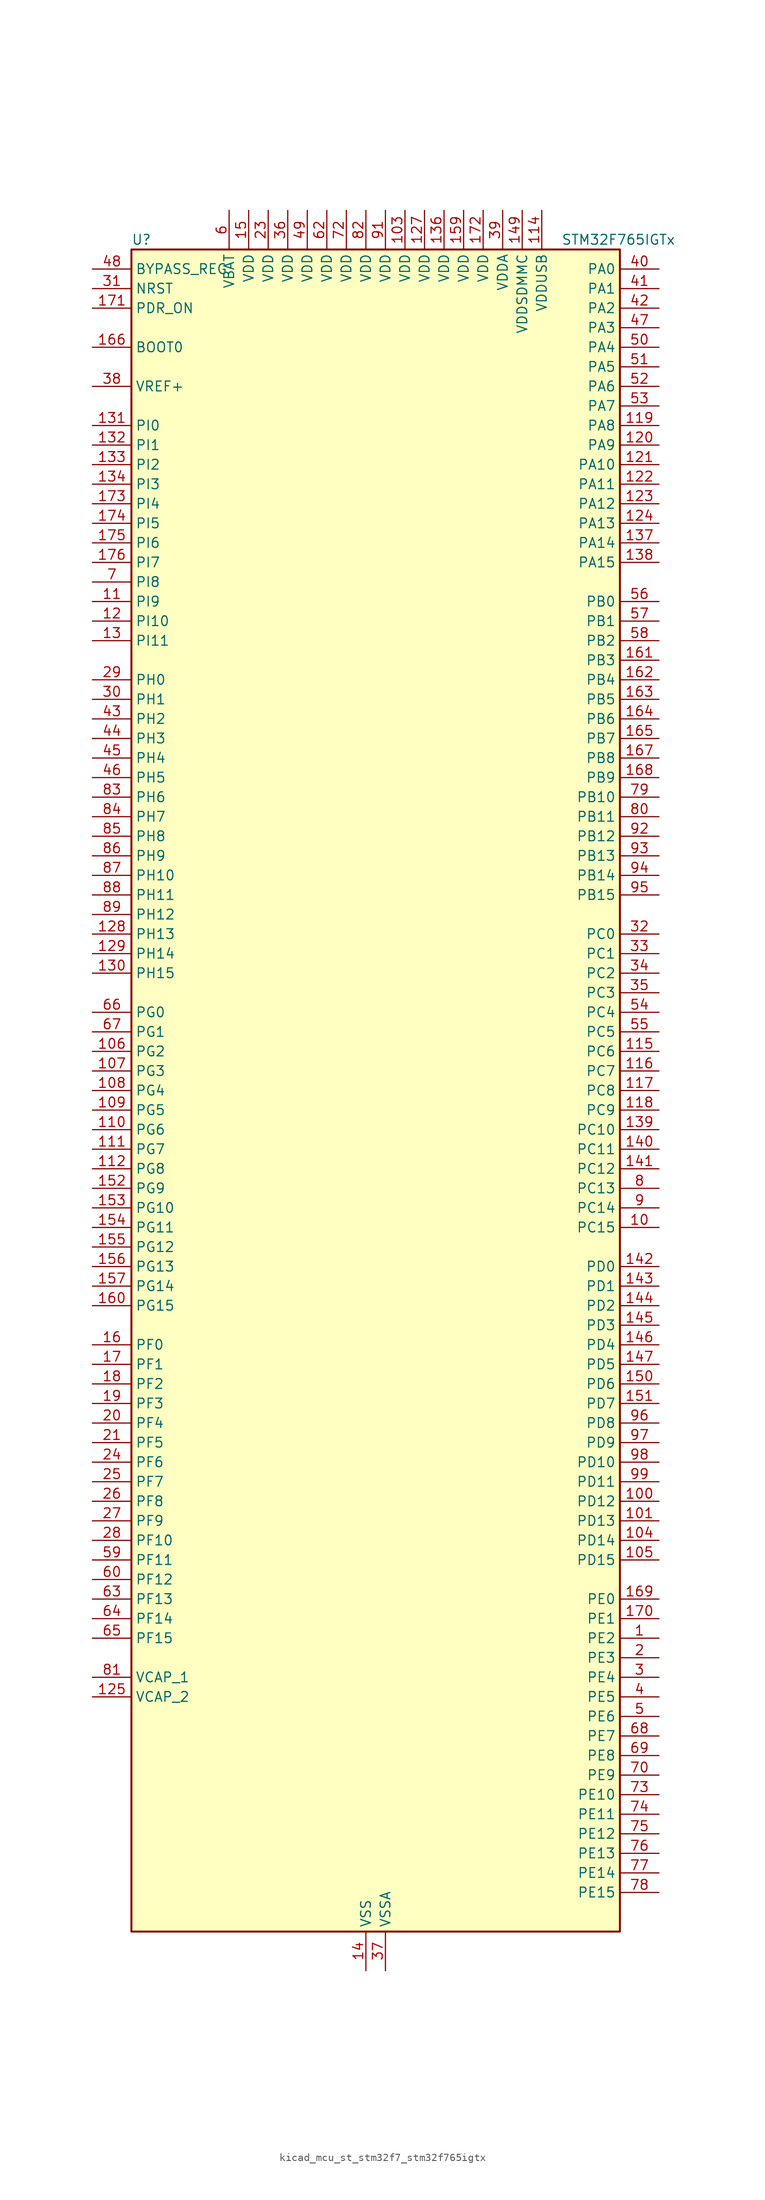
<source format=kicad_sym>
(kicad_symbol_lib
  (version 20220914)
  (generator kicad_symbol_editor)
  (symbol "kicad_mcu_st_stm32f7_stm32f765igtx"
    (property "Reference" "U"
      (at -30.48 110.49 0)
      (effects (font (size 1.27 1.27)) (justify left)))
    (property "Value" "STM32F765IGTx"
      (at 25.4 110.49 0)
      (effects (font (size 1.27 1.27)) (justify left)))
    (property "ki_locked" ""
      (at 0 0 0)
      (effects (font (size 1.27 1.27))))
    (symbol "kicad_mcu_st_stm32f7_stm32f765igtx_0_1"
      (rectangle (start -30.48 -109.22) (end 33.02 109.22) (stroke (width 0.254) (type default)) (fill (type background))))
    (symbol "kicad_mcu_st_stm32f7_stm32f765igtx_1_1"
      (pin bidirectional line (at 38.1 -71.12 180) (length 5.08) (name "PE2" (effects (font (size 1.27 1.27)))) (number "1" (effects (font (size 1.27 1.27)))) (alternate "ETH_TXD3" bidirectional line) (alternate "FMC_A23" bidirectional line) (alternate "QUADSPI_BK1_IO2" bidirectional line) (alternate "SAI1_MCLK_A" bidirectional line) (alternate "SPI4_SCK" bidirectional line) (alternate "SYS_TRACECLK" bidirectional line))
      (pin bidirectional line (at 38.1 -17.78 180) (length 5.08) (name "PC15" (effects (font (size 1.27 1.27)))) (number "10" (effects (font (size 1.27 1.27)))) (alternate "RCC_OSC32_OUT" bidirectional line))
      (pin bidirectional line (at 38.1 -53.34 180) (length 5.08) (name "PD12" (effects (font (size 1.27 1.27)))) (number "100" (effects (font (size 1.27 1.27)))) (alternate "FMC_A17" bidirectional line) (alternate "FMC_ALE" bidirectional line) (alternate "I2C4_SCL" bidirectional line) (alternate "LPTIM1_IN1" bidirectional line) (alternate "QUADSPI_BK1_IO1" bidirectional line) (alternate "SAI2_FS_A" bidirectional line) (alternate "TIM4_CH1" bidirectional line) (alternate "USART3_DE" bidirectional line) (alternate "USART3_RTS" bidirectional line))
      (pin bidirectional line (at 38.1 -55.88 180) (length 5.08) (name "PD13" (effects (font (size 1.27 1.27)))) (number "101" (effects (font (size 1.27 1.27)))) (alternate "FMC_A18" bidirectional line) (alternate "I2C4_SDA" bidirectional line) (alternate "LPTIM1_OUT" bidirectional line) (alternate "QUADSPI_BK1_IO3" bidirectional line) (alternate "SAI2_SCK_A" bidirectional line) (alternate "TIM4_CH2" bidirectional line))
      (pin passive line (at 0 -114.3 90) (length 5.08) hide (name "VSS" (effects (font (size 1.27 1.27)))) (number "102" (effects (font (size 1.27 1.27)))))
      (pin power_in line (at 5.08 114.3 270) (length 5.08) (name "VDD" (effects (font (size 1.27 1.27)))) (number "103" (effects (font (size 1.27 1.27)))))
      (pin bidirectional line (at 38.1 -58.42 180) (length 5.08) (name "PD14" (effects (font (size 1.27 1.27)))) (number "104" (effects (font (size 1.27 1.27)))) (alternate "FMC_D0" bidirectional line) (alternate "FMC_DA0" bidirectional line) (alternate "TIM4_CH3" bidirectional line) (alternate "UART8_CTS" bidirectional line))
      (pin bidirectional line (at 38.1 -60.96 180) (length 5.08) (name "PD15" (effects (font (size 1.27 1.27)))) (number "105" (effects (font (size 1.27 1.27)))) (alternate "FMC_D1" bidirectional line) (alternate "FMC_DA1" bidirectional line) (alternate "TIM4_CH4" bidirectional line) (alternate "UART8_DE" bidirectional line) (alternate "UART8_RTS" bidirectional line))
      (pin bidirectional line (at -35.56 5.08 0) (length 5.08) (name "PG2" (effects (font (size 1.27 1.27)))) (number "106" (effects (font (size 1.27 1.27)))) (alternate "FMC_A12" bidirectional line))
      (pin bidirectional line (at -35.56 2.54 0) (length 5.08) (name "PG3" (effects (font (size 1.27 1.27)))) (number "107" (effects (font (size 1.27 1.27)))) (alternate "FMC_A13" bidirectional line))
      (pin bidirectional line (at -35.56 0 0) (length 5.08) (name "PG4" (effects (font (size 1.27 1.27)))) (number "108" (effects (font (size 1.27 1.27)))) (alternate "FMC_A14" bidirectional line) (alternate "FMC_BA0" bidirectional line))
      (pin bidirectional line (at -35.56 -2.54 0) (length 5.08) (name "PG5" (effects (font (size 1.27 1.27)))) (number "109" (effects (font (size 1.27 1.27)))) (alternate "FMC_A15" bidirectional line) (alternate "FMC_BA1" bidirectional line))
      (pin bidirectional line (at -35.56 63.5 0) (length 5.08) (name "PI9" (effects (font (size 1.27 1.27)))) (number "11" (effects (font (size 1.27 1.27)))) (alternate "CAN1_RX" bidirectional line) (alternate "DAC_EXTI9" bidirectional line) (alternate "FMC_D30" bidirectional line) (alternate "UART4_RX" bidirectional line))
      (pin bidirectional line (at -35.56 -5.08 0) (length 5.08) (name "PG6" (effects (font (size 1.27 1.27)))) (number "110" (effects (font (size 1.27 1.27)))) (alternate "DCMI_D12" bidirectional line) (alternate "FMC_NE3" bidirectional line))
      (pin bidirectional line (at -35.56 -7.62 0) (length 5.08) (name "PG7" (effects (font (size 1.27 1.27)))) (number "111" (effects (font (size 1.27 1.27)))) (alternate "DCMI_D13" bidirectional line) (alternate "FMC_INT" bidirectional line) (alternate "SAI1_MCLK_A" bidirectional line) (alternate "USART6_CK" bidirectional line))
      (pin bidirectional line (at -35.56 -10.16 0) (length 5.08) (name "PG8" (effects (font (size 1.27 1.27)))) (number "112" (effects (font (size 1.27 1.27)))) (alternate "ETH_PPS_OUT" bidirectional line) (alternate "FMC_SDCLK" bidirectional line) (alternate "SPDIFRX_IN2" bidirectional line) (alternate "SPI6_NSS" bidirectional line) (alternate "USART6_DE" bidirectional line) (alternate "USART6_RTS" bidirectional line))
      (pin passive line (at 0 -114.3 90) (length 5.08) hide (name "VSS" (effects (font (size 1.27 1.27)))) (number "113" (effects (font (size 1.27 1.27)))))
      (pin power_in line (at 22.86 114.3 270) (length 5.08) (name "VDDUSB" (effects (font (size 1.27 1.27)))) (number "114" (effects (font (size 1.27 1.27)))))
      (pin bidirectional line (at 38.1 5.08 180) (length 5.08) (name "PC6" (effects (font (size 1.27 1.27)))) (number "115" (effects (font (size 1.27 1.27)))) (alternate "DCMI_D0" bidirectional line) (alternate "DFSDM1_CKIN3" bidirectional line) (alternate "FMC_NWAIT" bidirectional line) (alternate "I2S2_MCK" bidirectional line) (alternate "SDMMC1_D6" bidirectional line) (alternate "SDMMC2_D6" bidirectional line) (alternate "TIM3_CH1" bidirectional line) (alternate "TIM8_CH1" bidirectional line) (alternate "USART6_TX" bidirectional line))
      (pin bidirectional line (at 38.1 2.54 180) (length 5.08) (name "PC7" (effects (font (size 1.27 1.27)))) (number "116" (effects (font (size 1.27 1.27)))) (alternate "DCMI_D1" bidirectional line) (alternate "DFSDM1_DATIN3" bidirectional line) (alternate "FMC_NE1" bidirectional line) (alternate "I2S3_MCK" bidirectional line) (alternate "SDMMC1_D7" bidirectional line) (alternate "SDMMC2_D7" bidirectional line) (alternate "TIM3_CH2" bidirectional line) (alternate "TIM8_CH2" bidirectional line) (alternate "USART6_RX" bidirectional line))
      (pin bidirectional line (at 38.1 0 180) (length 5.08) (name "PC8" (effects (font (size 1.27 1.27)))) (number "117" (effects (font (size 1.27 1.27)))) (alternate "DCMI_D2" bidirectional line) (alternate "FMC_NCE" bidirectional line) (alternate "FMC_NE2" bidirectional line) (alternate "SDMMC1_D0" bidirectional line) (alternate "SYS_TRACED1" bidirectional line) (alternate "TIM3_CH3" bidirectional line) (alternate "TIM8_CH3" bidirectional line) (alternate "UART5_DE" bidirectional line) (alternate "UART5_RTS" bidirectional line) (alternate "USART6_CK" bidirectional line))
      (pin bidirectional line (at 38.1 -2.54 180) (length 5.08) (name "PC9" (effects (font (size 1.27 1.27)))) (number "118" (effects (font (size 1.27 1.27)))) (alternate "DAC_EXTI9" bidirectional line) (alternate "DCMI_D3" bidirectional line) (alternate "I2C3_SDA" bidirectional line) (alternate "I2S_CKIN" bidirectional line) (alternate "QUADSPI_BK1_IO0" bidirectional line) (alternate "RCC_MCO_2" bidirectional line) (alternate "SDMMC1_D1" bidirectional line) (alternate "TIM3_CH4" bidirectional line) (alternate "TIM8_CH4" bidirectional line) (alternate "UART5_CTS" bidirectional line))
      (pin bidirectional line (at 38.1 86.36 180) (length 5.08) (name "PA8" (effects (font (size 1.27 1.27)))) (number "119" (effects (font (size 1.27 1.27)))) (alternate "CAN3_RX" bidirectional line) (alternate "I2C3_SCL" bidirectional line) (alternate "RCC_MCO_1" bidirectional line) (alternate "TIM1_CH1" bidirectional line) (alternate "TIM8_BKIN2" bidirectional line) (alternate "UART7_RX" bidirectional line) (alternate "USART1_CK" bidirectional line) (alternate "USB_OTG_FS_SOF" bidirectional line))
      (pin bidirectional line (at -35.56 60.96 0) (length 5.08) (name "PI10" (effects (font (size 1.27 1.27)))) (number "12" (effects (font (size 1.27 1.27)))) (alternate "ETH_RX_ER" bidirectional line) (alternate "FMC_D31" bidirectional line))
      (pin bidirectional line (at 38.1 83.82 180) (length 5.08) (name "PA9" (effects (font (size 1.27 1.27)))) (number "120" (effects (font (size 1.27 1.27)))) (alternate "DAC_EXTI9" bidirectional line) (alternate "DCMI_D0" bidirectional line) (alternate "I2C3_SMBA" bidirectional line) (alternate "I2S2_CK" bidirectional line) (alternate "SPI2_SCK" bidirectional line) (alternate "TIM1_CH2" bidirectional line) (alternate "USART1_TX" bidirectional line) (alternate "USB_OTG_FS_VBUS" bidirectional line))
      (pin bidirectional line (at 38.1 81.28 180) (length 5.08) (name "PA10" (effects (font (size 1.27 1.27)))) (number "121" (effects (font (size 1.27 1.27)))) (alternate "DCMI_D1" bidirectional line) (alternate "MDIOS_MDIO" bidirectional line) (alternate "TIM1_CH3" bidirectional line) (alternate "USART1_RX" bidirectional line) (alternate "USB_OTG_FS_ID" bidirectional line))
      (pin bidirectional line (at 38.1 78.74 180) (length 5.08) (name "PA11" (effects (font (size 1.27 1.27)))) (number "122" (effects (font (size 1.27 1.27)))) (alternate "ADC1_EXTI11" bidirectional line) (alternate "ADC2_EXTI11" bidirectional line) (alternate "ADC3_EXTI11" bidirectional line) (alternate "CAN1_RX" bidirectional line) (alternate "I2S2_WS" bidirectional line) (alternate "SPI2_NSS" bidirectional line) (alternate "TIM1_CH4" bidirectional line) (alternate "UART4_RX" bidirectional line) (alternate "USART1_CTS" bidirectional line) (alternate "USB_OTG_FS_DM" bidirectional line))
      (pin bidirectional line (at 38.1 76.2 180) (length 5.08) (name "PA12" (effects (font (size 1.27 1.27)))) (number "123" (effects (font (size 1.27 1.27)))) (alternate "CAN1_TX" bidirectional line) (alternate "I2S2_CK" bidirectional line) (alternate "SAI2_FS_B" bidirectional line) (alternate "SPI2_SCK" bidirectional line) (alternate "TIM1_ETR" bidirectional line) (alternate "UART4_TX" bidirectional line) (alternate "USART1_DE" bidirectional line) (alternate "USART1_RTS" bidirectional line) (alternate "USB_OTG_FS_DP" bidirectional line))
      (pin bidirectional line (at 38.1 73.66 180) (length 5.08) (name "PA13" (effects (font (size 1.27 1.27)))) (number "124" (effects (font (size 1.27 1.27)))) (alternate "SYS_JTMS-SWDIO" bidirectional line))
      (pin power_out line (at -35.56 -78.74 0) (length 5.08) (name "VCAP_2" (effects (font (size 1.27 1.27)))) (number "125" (effects (font (size 1.27 1.27)))))
      (pin passive line (at 0 -114.3 90) (length 5.08) hide (name "VSS" (effects (font (size 1.27 1.27)))) (number "126" (effects (font (size 1.27 1.27)))))
      (pin power_in line (at 7.62 114.3 270) (length 5.08) (name "VDD" (effects (font (size 1.27 1.27)))) (number "127" (effects (font (size 1.27 1.27)))))
      (pin bidirectional line (at -35.56 20.32 0) (length 5.08) (name "PH13" (effects (font (size 1.27 1.27)))) (number "128" (effects (font (size 1.27 1.27)))) (alternate "CAN1_TX" bidirectional line) (alternate "FMC_D21" bidirectional line) (alternate "TIM8_CH1N" bidirectional line) (alternate "UART4_TX" bidirectional line))
      (pin bidirectional line (at -35.56 17.78 0) (length 5.08) (name "PH14" (effects (font (size 1.27 1.27)))) (number "129" (effects (font (size 1.27 1.27)))) (alternate "CAN1_RX" bidirectional line) (alternate "DCMI_D4" bidirectional line) (alternate "FMC_D22" bidirectional line) (alternate "TIM8_CH2N" bidirectional line) (alternate "UART4_RX" bidirectional line))
      (pin bidirectional line (at -35.56 58.42 0) (length 5.08) (name "PI11" (effects (font (size 1.27 1.27)))) (number "13" (effects (font (size 1.27 1.27)))) (alternate "ADC1_EXTI11" bidirectional line) (alternate "ADC2_EXTI11" bidirectional line) (alternate "ADC3_EXTI11" bidirectional line) (alternate "SYS_WKUP6" bidirectional line) (alternate "USB_OTG_HS_ULPI_DIR" bidirectional line))
      (pin bidirectional line (at -35.56 15.24 0) (length 5.08) (name "PH15" (effects (font (size 1.27 1.27)))) (number "130" (effects (font (size 1.27 1.27)))) (alternate "DCMI_D11" bidirectional line) (alternate "FMC_D23" bidirectional line) (alternate "TIM8_CH3N" bidirectional line))
      (pin bidirectional line (at -35.56 86.36 0) (length 5.08) (name "PI0" (effects (font (size 1.27 1.27)))) (number "131" (effects (font (size 1.27 1.27)))) (alternate "DCMI_D13" bidirectional line) (alternate "FMC_D24" bidirectional line) (alternate "I2S2_WS" bidirectional line) (alternate "SPI2_NSS" bidirectional line) (alternate "TIM5_CH4" bidirectional line))
      (pin bidirectional line (at -35.56 83.82 0) (length 5.08) (name "PI1" (effects (font (size 1.27 1.27)))) (number "132" (effects (font (size 1.27 1.27)))) (alternate "DCMI_D8" bidirectional line) (alternate "FMC_D25" bidirectional line) (alternate "I2S2_CK" bidirectional line) (alternate "SPI2_SCK" bidirectional line) (alternate "TIM8_BKIN2" bidirectional line))
      (pin bidirectional line (at -35.56 81.28 0) (length 5.08) (name "PI2" (effects (font (size 1.27 1.27)))) (number "133" (effects (font (size 1.27 1.27)))) (alternate "DCMI_D9" bidirectional line) (alternate "FMC_D26" bidirectional line) (alternate "SPI2_MISO" bidirectional line) (alternate "TIM8_CH4" bidirectional line))
      (pin bidirectional line (at -35.56 78.74 0) (length 5.08) (name "PI3" (effects (font (size 1.27 1.27)))) (number "134" (effects (font (size 1.27 1.27)))) (alternate "DCMI_D10" bidirectional line) (alternate "FMC_D27" bidirectional line) (alternate "I2S2_SD" bidirectional line) (alternate "SPI2_MOSI" bidirectional line) (alternate "TIM8_ETR" bidirectional line))
      (pin passive line (at 0 -114.3 90) (length 5.08) hide (name "VSS" (effects (font (size 1.27 1.27)))) (number "135" (effects (font (size 1.27 1.27)))))
      (pin power_in line (at 10.16 114.3 270) (length 5.08) (name "VDD" (effects (font (size 1.27 1.27)))) (number "136" (effects (font (size 1.27 1.27)))))
      (pin bidirectional line (at 38.1 71.12 180) (length 5.08) (name "PA14" (effects (font (size 1.27 1.27)))) (number "137" (effects (font (size 1.27 1.27)))) (alternate "SYS_JTCK-SWCLK" bidirectional line))
      (pin bidirectional line (at 38.1 68.58 180) (length 5.08) (name "PA15" (effects (font (size 1.27 1.27)))) (number "138" (effects (font (size 1.27 1.27)))) (alternate "CAN3_TX" bidirectional line) (alternate "CEC" bidirectional line) (alternate "I2S1_WS" bidirectional line) (alternate "I2S3_WS" bidirectional line) (alternate "SPI1_NSS" bidirectional line) (alternate "SPI3_NSS" bidirectional line) (alternate "SPI6_NSS" bidirectional line) (alternate "SYS_JTDI" bidirectional line) (alternate "TIM2_CH1" bidirectional line) (alternate "TIM2_ETR" bidirectional line) (alternate "UART4_DE" bidirectional line) (alternate "UART4_RTS" bidirectional line) (alternate "UART7_TX" bidirectional line))
      (pin bidirectional line (at 38.1 -5.08 180) (length 5.08) (name "PC10" (effects (font (size 1.27 1.27)))) (number "139" (effects (font (size 1.27 1.27)))) (alternate "DCMI_D8" bidirectional line) (alternate "DFSDM1_CKIN5" bidirectional line) (alternate "I2S3_CK" bidirectional line) (alternate "QUADSPI_BK1_IO1" bidirectional line) (alternate "SDMMC1_D2" bidirectional line) (alternate "SPI3_SCK" bidirectional line) (alternate "UART4_TX" bidirectional line) (alternate "USART3_TX" bidirectional line))
      (pin power_in line (at 0 -114.3 90) (length 5.08) (name "VSS" (effects (font (size 1.27 1.27)))) (number "14" (effects (font (size 1.27 1.27)))))
      (pin bidirectional line (at 38.1 -7.62 180) (length 5.08) (name "PC11" (effects (font (size 1.27 1.27)))) (number "140" (effects (font (size 1.27 1.27)))) (alternate "ADC1_EXTI11" bidirectional line) (alternate "ADC2_EXTI11" bidirectional line) (alternate "ADC3_EXTI11" bidirectional line) (alternate "DCMI_D4" bidirectional line) (alternate "DFSDM1_DATIN5" bidirectional line) (alternate "QUADSPI_BK2_NCS" bidirectional line) (alternate "SDMMC1_D3" bidirectional line) (alternate "SPI3_MISO" bidirectional line) (alternate "UART4_RX" bidirectional line) (alternate "USART3_RX" bidirectional line))
      (pin bidirectional line (at 38.1 -10.16 180) (length 5.08) (name "PC12" (effects (font (size 1.27 1.27)))) (number "141" (effects (font (size 1.27 1.27)))) (alternate "DCMI_D9" bidirectional line) (alternate "I2S3_SD" bidirectional line) (alternate "SDMMC1_CK" bidirectional line) (alternate "SPI3_MOSI" bidirectional line) (alternate "SYS_TRACED3" bidirectional line) (alternate "UART5_TX" bidirectional line) (alternate "USART3_CK" bidirectional line))
      (pin bidirectional line (at 38.1 -22.86 180) (length 5.08) (name "PD0" (effects (font (size 1.27 1.27)))) (number "142" (effects (font (size 1.27 1.27)))) (alternate "CAN1_RX" bidirectional line) (alternate "DFSDM1_CKIN6" bidirectional line) (alternate "DFSDM1_DATIN7" bidirectional line) (alternate "FMC_D2" bidirectional line) (alternate "FMC_DA2" bidirectional line) (alternate "UART4_RX" bidirectional line))
      (pin bidirectional line (at 38.1 -25.4 180) (length 5.08) (name "PD1" (effects (font (size 1.27 1.27)))) (number "143" (effects (font (size 1.27 1.27)))) (alternate "CAN1_TX" bidirectional line) (alternate "DFSDM1_CKIN7" bidirectional line) (alternate "DFSDM1_DATIN6" bidirectional line) (alternate "FMC_D3" bidirectional line) (alternate "FMC_DA3" bidirectional line) (alternate "UART4_TX" bidirectional line))
      (pin bidirectional line (at 38.1 -27.94 180) (length 5.08) (name "PD2" (effects (font (size 1.27 1.27)))) (number "144" (effects (font (size 1.27 1.27)))) (alternate "DCMI_D11" bidirectional line) (alternate "SDMMC1_CMD" bidirectional line) (alternate "SYS_TRACED2" bidirectional line) (alternate "TIM3_ETR" bidirectional line) (alternate "UART5_RX" bidirectional line))
      (pin bidirectional line (at 38.1 -30.48 180) (length 5.08) (name "PD3" (effects (font (size 1.27 1.27)))) (number "145" (effects (font (size 1.27 1.27)))) (alternate "DCMI_D5" bidirectional line) (alternate "DFSDM1_CKOUT" bidirectional line) (alternate "DFSDM1_DATIN0" bidirectional line) (alternate "FMC_CLK" bidirectional line) (alternate "I2S2_CK" bidirectional line) (alternate "SPI2_SCK" bidirectional line) (alternate "USART2_CTS" bidirectional line))
      (pin bidirectional line (at 38.1 -33.02 180) (length 5.08) (name "PD4" (effects (font (size 1.27 1.27)))) (number "146" (effects (font (size 1.27 1.27)))) (alternate "DFSDM1_CKIN0" bidirectional line) (alternate "FMC_NOE" bidirectional line) (alternate "USART2_DE" bidirectional line) (alternate "USART2_RTS" bidirectional line))
      (pin bidirectional line (at 38.1 -35.56 180) (length 5.08) (name "PD5" (effects (font (size 1.27 1.27)))) (number "147" (effects (font (size 1.27 1.27)))) (alternate "FMC_NWE" bidirectional line) (alternate "USART2_TX" bidirectional line))
      (pin passive line (at 0 -114.3 90) (length 5.08) hide (name "VSS" (effects (font (size 1.27 1.27)))) (number "148" (effects (font (size 1.27 1.27)))))
      (pin power_in line (at 20.32 114.3 270) (length 5.08) (name "VDDSDMMC" (effects (font (size 1.27 1.27)))) (number "149" (effects (font (size 1.27 1.27)))))
      (pin power_in line (at -15.24 114.3 270) (length 5.08) (name "VDD" (effects (font (size 1.27 1.27)))) (number "15" (effects (font (size 1.27 1.27)))))
      (pin bidirectional line (at 38.1 -38.1 180) (length 5.08) (name "PD6" (effects (font (size 1.27 1.27)))) (number "150" (effects (font (size 1.27 1.27)))) (alternate "DCMI_D10" bidirectional line) (alternate "DFSDM1_CKIN4" bidirectional line) (alternate "DFSDM1_DATIN1" bidirectional line) (alternate "FMC_NWAIT" bidirectional line) (alternate "I2S3_SD" bidirectional line) (alternate "SAI1_SD_A" bidirectional line) (alternate "SDMMC2_CK" bidirectional line) (alternate "SPI3_MOSI" bidirectional line) (alternate "USART2_RX" bidirectional line))
      (pin bidirectional line (at 38.1 -40.64 180) (length 5.08) (name "PD7" (effects (font (size 1.27 1.27)))) (number "151" (effects (font (size 1.27 1.27)))) (alternate "DFSDM1_CKIN1" bidirectional line) (alternate "DFSDM1_DATIN4" bidirectional line) (alternate "FMC_NE1" bidirectional line) (alternate "I2S1_SD" bidirectional line) (alternate "SDMMC2_CMD" bidirectional line) (alternate "SPDIFRX_IN0" bidirectional line) (alternate "SPI1_MOSI" bidirectional line) (alternate "USART2_CK" bidirectional line))
      (pin bidirectional line (at -35.56 -12.7 0) (length 5.08) (name "PG9" (effects (font (size 1.27 1.27)))) (number "152" (effects (font (size 1.27 1.27)))) (alternate "DAC_EXTI9" bidirectional line) (alternate "DCMI_VSYNC" bidirectional line) (alternate "FMC_NCE" bidirectional line) (alternate "FMC_NE2" bidirectional line) (alternate "QUADSPI_BK2_IO2" bidirectional line) (alternate "SAI2_FS_B" bidirectional line) (alternate "SDMMC2_D0" bidirectional line) (alternate "SPDIFRX_IN3" bidirectional line) (alternate "SPI1_MISO" bidirectional line) (alternate "USART6_RX" bidirectional line))
      (pin bidirectional line (at -35.56 -15.24 0) (length 5.08) (name "PG10" (effects (font (size 1.27 1.27)))) (number "153" (effects (font (size 1.27 1.27)))) (alternate "DCMI_D2" bidirectional line) (alternate "FMC_NE3" bidirectional line) (alternate "I2S1_WS" bidirectional line) (alternate "SAI2_SD_B" bidirectional line) (alternate "SDMMC2_D1" bidirectional line) (alternate "SPI1_NSS" bidirectional line))
      (pin bidirectional line (at -35.56 -17.78 0) (length 5.08) (name "PG11" (effects (font (size 1.27 1.27)))) (number "154" (effects (font (size 1.27 1.27)))) (alternate "ADC1_EXTI11" bidirectional line) (alternate "ADC2_EXTI11" bidirectional line) (alternate "ADC3_EXTI11" bidirectional line) (alternate "DCMI_D3" bidirectional line) (alternate "ETH_TX_EN" bidirectional line) (alternate "I2S1_CK" bidirectional line) (alternate "SDMMC2_D2" bidirectional line) (alternate "SPDIFRX_IN0" bidirectional line) (alternate "SPI1_SCK" bidirectional line))
      (pin bidirectional line (at -35.56 -20.32 0) (length 5.08) (name "PG12" (effects (font (size 1.27 1.27)))) (number "155" (effects (font (size 1.27 1.27)))) (alternate "FMC_NE4" bidirectional line) (alternate "LPTIM1_IN1" bidirectional line) (alternate "SDMMC2_D3" bidirectional line) (alternate "SPDIFRX_IN1" bidirectional line) (alternate "SPI6_MISO" bidirectional line) (alternate "USART6_DE" bidirectional line) (alternate "USART6_RTS" bidirectional line))
      (pin bidirectional line (at -35.56 -22.86 0) (length 5.08) (name "PG13" (effects (font (size 1.27 1.27)))) (number "156" (effects (font (size 1.27 1.27)))) (alternate "ETH_TXD0" bidirectional line) (alternate "FMC_A24" bidirectional line) (alternate "LPTIM1_OUT" bidirectional line) (alternate "SPI6_SCK" bidirectional line) (alternate "SYS_TRACED0" bidirectional line) (alternate "USART6_CTS" bidirectional line))
      (pin bidirectional line (at -35.56 -25.4 0) (length 5.08) (name "PG14" (effects (font (size 1.27 1.27)))) (number "157" (effects (font (size 1.27 1.27)))) (alternate "ETH_TXD1" bidirectional line) (alternate "FMC_A25" bidirectional line) (alternate "LPTIM1_ETR" bidirectional line) (alternate "QUADSPI_BK2_IO3" bidirectional line) (alternate "SPI6_MOSI" bidirectional line) (alternate "SYS_TRACED1" bidirectional line) (alternate "USART6_TX" bidirectional line))
      (pin passive line (at 0 -114.3 90) (length 5.08) hide (name "VSS" (effects (font (size 1.27 1.27)))) (number "158" (effects (font (size 1.27 1.27)))))
      (pin power_in line (at 12.7 114.3 270) (length 5.08) (name "VDD" (effects (font (size 1.27 1.27)))) (number "159" (effects (font (size 1.27 1.27)))))
      (pin bidirectional line (at -35.56 -33.02 0) (length 5.08) (name "PF0" (effects (font (size 1.27 1.27)))) (number "16" (effects (font (size 1.27 1.27)))) (alternate "FMC_A0" bidirectional line) (alternate "I2C2_SDA" bidirectional line))
      (pin bidirectional line (at -35.56 -27.94 0) (length 5.08) (name "PG15" (effects (font (size 1.27 1.27)))) (number "160" (effects (font (size 1.27 1.27)))) (alternate "DCMI_D13" bidirectional line) (alternate "FMC_SDNCAS" bidirectional line) (alternate "USART6_CTS" bidirectional line))
      (pin bidirectional line (at 38.1 55.88 180) (length 5.08) (name "PB3" (effects (font (size 1.27 1.27)))) (number "161" (effects (font (size 1.27 1.27)))) (alternate "CAN3_RX" bidirectional line) (alternate "I2S1_CK" bidirectional line) (alternate "I2S3_CK" bidirectional line) (alternate "SDMMC2_D2" bidirectional line) (alternate "SPI1_SCK" bidirectional line) (alternate "SPI3_SCK" bidirectional line) (alternate "SPI6_SCK" bidirectional line) (alternate "SYS_JTDO-SWO" bidirectional line) (alternate "TIM2_CH2" bidirectional line) (alternate "UART7_RX" bidirectional line))
      (pin bidirectional line (at 38.1 53.34 180) (length 5.08) (name "PB4" (effects (font (size 1.27 1.27)))) (number "162" (effects (font (size 1.27 1.27)))) (alternate "CAN3_TX" bidirectional line) (alternate "I2S2_WS" bidirectional line) (alternate "SDMMC2_D3" bidirectional line) (alternate "SPI1_MISO" bidirectional line) (alternate "SPI2_NSS" bidirectional line) (alternate "SPI3_MISO" bidirectional line) (alternate "SPI6_MISO" bidirectional line) (alternate "SYS_JTRST" bidirectional line) (alternate "TIM3_CH1" bidirectional line) (alternate "UART7_TX" bidirectional line))
      (pin bidirectional line (at 38.1 50.8 180) (length 5.08) (name "PB5" (effects (font (size 1.27 1.27)))) (number "163" (effects (font (size 1.27 1.27)))) (alternate "CAN2_RX" bidirectional line) (alternate "DCMI_D10" bidirectional line) (alternate "ETH_PPS_OUT" bidirectional line) (alternate "FMC_SDCKE1" bidirectional line) (alternate "I2C1_SMBA" bidirectional line) (alternate "I2S1_SD" bidirectional line) (alternate "I2S3_SD" bidirectional line) (alternate "SPI1_MOSI" bidirectional line) (alternate "SPI3_MOSI" bidirectional line) (alternate "SPI6_MOSI" bidirectional line) (alternate "TIM3_CH2" bidirectional line) (alternate "UART5_RX" bidirectional line) (alternate "USB_OTG_HS_ULPI_D7" bidirectional line))
      (pin bidirectional line (at 38.1 48.26 180) (length 5.08) (name "PB6" (effects (font (size 1.27 1.27)))) (number "164" (effects (font (size 1.27 1.27)))) (alternate "CAN2_TX" bidirectional line) (alternate "CEC" bidirectional line) (alternate "DCMI_D5" bidirectional line) (alternate "DFSDM1_DATIN5" bidirectional line) (alternate "FMC_SDNE1" bidirectional line) (alternate "I2C1_SCL" bidirectional line) (alternate "I2C4_SCL" bidirectional line) (alternate "QUADSPI_BK1_NCS" bidirectional line) (alternate "TIM4_CH1" bidirectional line) (alternate "UART5_TX" bidirectional line) (alternate "USART1_TX" bidirectional line))
      (pin bidirectional line (at 38.1 45.72 180) (length 5.08) (name "PB7" (effects (font (size 1.27 1.27)))) (number "165" (effects (font (size 1.27 1.27)))) (alternate "DCMI_VSYNC" bidirectional line) (alternate "DFSDM1_CKIN5" bidirectional line) (alternate "FMC_NL" bidirectional line) (alternate "I2C1_SDA" bidirectional line) (alternate "I2C4_SDA" bidirectional line) (alternate "TIM4_CH2" bidirectional line) (alternate "USART1_RX" bidirectional line))
      (pin input line (at -35.56 96.52 0) (length 5.08) (name "BOOT0" (effects (font (size 1.27 1.27)))) (number "166" (effects (font (size 1.27 1.27)))))
      (pin bidirectional line (at 38.1 43.18 180) (length 5.08) (name "PB8" (effects (font (size 1.27 1.27)))) (number "167" (effects (font (size 1.27 1.27)))) (alternate "CAN1_RX" bidirectional line) (alternate "DCMI_D6" bidirectional line) (alternate "DFSDM1_CKIN7" bidirectional line) (alternate "ETH_TXD3" bidirectional line) (alternate "I2C1_SCL" bidirectional line) (alternate "I2C4_SCL" bidirectional line) (alternate "SDMMC1_D4" bidirectional line) (alternate "SDMMC2_D4" bidirectional line) (alternate "TIM10_CH1" bidirectional line) (alternate "TIM4_CH3" bidirectional line) (alternate "UART5_RX" bidirectional line))
      (pin bidirectional line (at 38.1 40.64 180) (length 5.08) (name "PB9" (effects (font (size 1.27 1.27)))) (number "168" (effects (font (size 1.27 1.27)))) (alternate "CAN1_TX" bidirectional line) (alternate "DAC_EXTI9" bidirectional line) (alternate "DCMI_D7" bidirectional line) (alternate "DFSDM1_DATIN7" bidirectional line) (alternate "I2C1_SDA" bidirectional line) (alternate "I2C4_SDA" bidirectional line) (alternate "I2C4_SMBA" bidirectional line) (alternate "I2S2_WS" bidirectional line) (alternate "SDMMC1_D5" bidirectional line) (alternate "SDMMC2_D5" bidirectional line) (alternate "SPI2_NSS" bidirectional line) (alternate "TIM11_CH1" bidirectional line) (alternate "TIM4_CH4" bidirectional line) (alternate "UART5_TX" bidirectional line))
      (pin bidirectional line (at 38.1 -66.04 180) (length 5.08) (name "PE0" (effects (font (size 1.27 1.27)))) (number "169" (effects (font (size 1.27 1.27)))) (alternate "DCMI_D2" bidirectional line) (alternate "FMC_NBL0" bidirectional line) (alternate "LPTIM1_ETR" bidirectional line) (alternate "SAI2_MCLK_A" bidirectional line) (alternate "TIM4_ETR" bidirectional line) (alternate "UART8_RX" bidirectional line))
      (pin bidirectional line (at -35.56 -35.56 0) (length 5.08) (name "PF1" (effects (font (size 1.27 1.27)))) (number "17" (effects (font (size 1.27 1.27)))) (alternate "FMC_A1" bidirectional line) (alternate "I2C2_SCL" bidirectional line))
      (pin bidirectional line (at 38.1 -68.58 180) (length 5.08) (name "PE1" (effects (font (size 1.27 1.27)))) (number "170" (effects (font (size 1.27 1.27)))) (alternate "DCMI_D3" bidirectional line) (alternate "FMC_NBL1" bidirectional line) (alternate "LPTIM1_IN2" bidirectional line) (alternate "UART8_TX" bidirectional line))
      (pin input line (at -35.56 101.6 0) (length 5.08) (name "PDR_ON" (effects (font (size 1.27 1.27)))) (number "171" (effects (font (size 1.27 1.27)))))
      (pin power_in line (at 15.24 114.3 270) (length 5.08) (name "VDD" (effects (font (size 1.27 1.27)))) (number "172" (effects (font (size 1.27 1.27)))))
      (pin bidirectional line (at -35.56 76.2 0) (length 5.08) (name "PI4" (effects (font (size 1.27 1.27)))) (number "173" (effects (font (size 1.27 1.27)))) (alternate "DCMI_D5" bidirectional line) (alternate "FMC_NBL2" bidirectional line) (alternate "SAI2_MCLK_A" bidirectional line) (alternate "TIM8_BKIN" bidirectional line))
      (pin bidirectional line (at -35.56 73.66 0) (length 5.08) (name "PI5" (effects (font (size 1.27 1.27)))) (number "174" (effects (font (size 1.27 1.27)))) (alternate "DCMI_VSYNC" bidirectional line) (alternate "FMC_NBL3" bidirectional line) (alternate "SAI2_SCK_A" bidirectional line) (alternate "TIM8_CH1" bidirectional line))
      (pin bidirectional line (at -35.56 71.12 0) (length 5.08) (name "PI6" (effects (font (size 1.27 1.27)))) (number "175" (effects (font (size 1.27 1.27)))) (alternate "DCMI_D6" bidirectional line) (alternate "FMC_D28" bidirectional line) (alternate "SAI2_SD_A" bidirectional line) (alternate "TIM8_CH2" bidirectional line))
      (pin bidirectional line (at -35.56 68.58 0) (length 5.08) (name "PI7" (effects (font (size 1.27 1.27)))) (number "176" (effects (font (size 1.27 1.27)))) (alternate "DCMI_D7" bidirectional line) (alternate "FMC_D29" bidirectional line) (alternate "SAI2_FS_A" bidirectional line) (alternate "TIM8_CH3" bidirectional line))
      (pin bidirectional line (at -35.56 -38.1 0) (length 5.08) (name "PF2" (effects (font (size 1.27 1.27)))) (number "18" (effects (font (size 1.27 1.27)))) (alternate "FMC_A2" bidirectional line) (alternate "I2C2_SMBA" bidirectional line))
      (pin bidirectional line (at -35.56 -40.64 0) (length 5.08) (name "PF3" (effects (font (size 1.27 1.27)))) (number "19" (effects (font (size 1.27 1.27)))) (alternate "ADC3_IN9" bidirectional line) (alternate "FMC_A3" bidirectional line))
      (pin bidirectional line (at 38.1 -73.66 180) (length 5.08) (name "PE3" (effects (font (size 1.27 1.27)))) (number "2" (effects (font (size 1.27 1.27)))) (alternate "FMC_A19" bidirectional line) (alternate "SAI1_SD_B" bidirectional line) (alternate "SYS_TRACED0" bidirectional line))
      (pin bidirectional line (at -35.56 -43.18 0) (length 5.08) (name "PF4" (effects (font (size 1.27 1.27)))) (number "20" (effects (font (size 1.27 1.27)))) (alternate "ADC3_IN14" bidirectional line) (alternate "FMC_A4" bidirectional line))
      (pin bidirectional line (at -35.56 -45.72 0) (length 5.08) (name "PF5" (effects (font (size 1.27 1.27)))) (number "21" (effects (font (size 1.27 1.27)))) (alternate "ADC3_IN15" bidirectional line) (alternate "FMC_A5" bidirectional line))
      (pin passive line (at 0 -114.3 90) (length 5.08) hide (name "VSS" (effects (font (size 1.27 1.27)))) (number "22" (effects (font (size 1.27 1.27)))))
      (pin power_in line (at -12.7 114.3 270) (length 5.08) (name "VDD" (effects (font (size 1.27 1.27)))) (number "23" (effects (font (size 1.27 1.27)))))
      (pin bidirectional line (at -35.56 -48.26 0) (length 5.08) (name "PF6" (effects (font (size 1.27 1.27)))) (number "24" (effects (font (size 1.27 1.27)))) (alternate "ADC3_IN4" bidirectional line) (alternate "QUADSPI_BK1_IO3" bidirectional line) (alternate "SAI1_SD_B" bidirectional line) (alternate "SPI5_NSS" bidirectional line) (alternate "TIM10_CH1" bidirectional line) (alternate "UART7_RX" bidirectional line))
      (pin bidirectional line (at -35.56 -50.8 0) (length 5.08) (name "PF7" (effects (font (size 1.27 1.27)))) (number "25" (effects (font (size 1.27 1.27)))) (alternate "ADC3_IN5" bidirectional line) (alternate "QUADSPI_BK1_IO2" bidirectional line) (alternate "SAI1_MCLK_B" bidirectional line) (alternate "SPI5_SCK" bidirectional line) (alternate "TIM11_CH1" bidirectional line) (alternate "UART7_TX" bidirectional line))
      (pin bidirectional line (at -35.56 -53.34 0) (length 5.08) (name "PF8" (effects (font (size 1.27 1.27)))) (number "26" (effects (font (size 1.27 1.27)))) (alternate "ADC3_IN6" bidirectional line) (alternate "QUADSPI_BK1_IO0" bidirectional line) (alternate "SAI1_SCK_B" bidirectional line) (alternate "SPI5_MISO" bidirectional line) (alternate "TIM13_CH1" bidirectional line) (alternate "UART7_DE" bidirectional line) (alternate "UART7_RTS" bidirectional line))
      (pin bidirectional line (at -35.56 -55.88 0) (length 5.08) (name "PF9" (effects (font (size 1.27 1.27)))) (number "27" (effects (font (size 1.27 1.27)))) (alternate "ADC3_IN7" bidirectional line) (alternate "DAC_EXTI9" bidirectional line) (alternate "QUADSPI_BK1_IO1" bidirectional line) (alternate "SAI1_FS_B" bidirectional line) (alternate "SPI5_MOSI" bidirectional line) (alternate "TIM14_CH1" bidirectional line) (alternate "UART7_CTS" bidirectional line))
      (pin bidirectional line (at -35.56 -58.42 0) (length 5.08) (name "PF10" (effects (font (size 1.27 1.27)))) (number "28" (effects (font (size 1.27 1.27)))) (alternate "ADC3_IN8" bidirectional line) (alternate "DCMI_D11" bidirectional line) (alternate "QUADSPI_CLK" bidirectional line))
      (pin bidirectional line (at -35.56 53.34 0) (length 5.08) (name "PH0" (effects (font (size 1.27 1.27)))) (number "29" (effects (font (size 1.27 1.27)))) (alternate "RCC_OSC_IN" bidirectional line))
      (pin bidirectional line (at 38.1 -76.2 180) (length 5.08) (name "PE4" (effects (font (size 1.27 1.27)))) (number "3" (effects (font (size 1.27 1.27)))) (alternate "DCMI_D4" bidirectional line) (alternate "DFSDM1_DATIN3" bidirectional line) (alternate "FMC_A20" bidirectional line) (alternate "SAI1_FS_A" bidirectional line) (alternate "SPI4_NSS" bidirectional line) (alternate "SYS_TRACED1" bidirectional line))
      (pin bidirectional line (at -35.56 50.8 0) (length 5.08) (name "PH1" (effects (font (size 1.27 1.27)))) (number "30" (effects (font (size 1.27 1.27)))) (alternate "RCC_OSC_OUT" bidirectional line))
      (pin input line (at -35.56 104.14 0) (length 5.08) (name "NRST" (effects (font (size 1.27 1.27)))) (number "31" (effects (font (size 1.27 1.27)))))
      (pin bidirectional line (at 38.1 20.32 180) (length 5.08) (name "PC0" (effects (font (size 1.27 1.27)))) (number "32" (effects (font (size 1.27 1.27)))) (alternate "ADC1_IN10" bidirectional line) (alternate "ADC2_IN10" bidirectional line) (alternate "ADC3_IN10" bidirectional line) (alternate "DFSDM1_CKIN0" bidirectional line) (alternate "DFSDM1_DATIN4" bidirectional line) (alternate "FMC_SDNWE" bidirectional line) (alternate "SAI2_FS_B" bidirectional line) (alternate "USB_OTG_HS_ULPI_STP" bidirectional line))
      (pin bidirectional line (at 38.1 17.78 180) (length 5.08) (name "PC1" (effects (font (size 1.27 1.27)))) (number "33" (effects (font (size 1.27 1.27)))) (alternate "ADC1_IN11" bidirectional line) (alternate "ADC2_IN11" bidirectional line) (alternate "ADC3_IN11" bidirectional line) (alternate "DFSDM1_CKIN4" bidirectional line) (alternate "DFSDM1_DATIN0" bidirectional line) (alternate "ETH_MDC" bidirectional line) (alternate "I2S2_SD" bidirectional line) (alternate "MDIOS_MDC" bidirectional line) (alternate "RTC_TAMP3" bidirectional line) (alternate "RTC_TS" bidirectional line) (alternate "SAI1_SD_A" bidirectional line) (alternate "SPI2_MOSI" bidirectional line) (alternate "SYS_TRACED0" bidirectional line) (alternate "SYS_WKUP3" bidirectional line))
      (pin bidirectional line (at 38.1 15.24 180) (length 5.08) (name "PC2" (effects (font (size 1.27 1.27)))) (number "34" (effects (font (size 1.27 1.27)))) (alternate "ADC1_IN12" bidirectional line) (alternate "ADC2_IN12" bidirectional line) (alternate "ADC3_IN12" bidirectional line) (alternate "DFSDM1_CKIN1" bidirectional line) (alternate "DFSDM1_CKOUT" bidirectional line) (alternate "ETH_TXD2" bidirectional line) (alternate "FMC_SDNE0" bidirectional line) (alternate "SPI2_MISO" bidirectional line) (alternate "USB_OTG_HS_ULPI_DIR" bidirectional line))
      (pin bidirectional line (at 38.1 12.7 180) (length 5.08) (name "PC3" (effects (font (size 1.27 1.27)))) (number "35" (effects (font (size 1.27 1.27)))) (alternate "ADC1_IN13" bidirectional line) (alternate "ADC2_IN13" bidirectional line) (alternate "ADC3_IN13" bidirectional line) (alternate "DFSDM1_DATIN1" bidirectional line) (alternate "ETH_TX_CLK" bidirectional line) (alternate "FMC_SDCKE0" bidirectional line) (alternate "I2S2_SD" bidirectional line) (alternate "SPI2_MOSI" bidirectional line) (alternate "USB_OTG_HS_ULPI_NXT" bidirectional line))
      (pin power_in line (at -10.16 114.3 270) (length 5.08) (name "VDD" (effects (font (size 1.27 1.27)))) (number "36" (effects (font (size 1.27 1.27)))))
      (pin power_in line (at 2.54 -114.3 90) (length 5.08) (name "VSSA" (effects (font (size 1.27 1.27)))) (number "37" (effects (font (size 1.27 1.27)))))
      (pin input line (at -35.56 91.44 0) (length 5.08) (name "VREF+" (effects (font (size 1.27 1.27)))) (number "38" (effects (font (size 1.27 1.27)))))
      (pin power_in line (at 17.78 114.3 270) (length 5.08) (name "VDDA" (effects (font (size 1.27 1.27)))) (number "39" (effects (font (size 1.27 1.27)))))
      (pin bidirectional line (at 38.1 -78.74 180) (length 5.08) (name "PE5" (effects (font (size 1.27 1.27)))) (number "4" (effects (font (size 1.27 1.27)))) (alternate "DCMI_D6" bidirectional line) (alternate "DFSDM1_CKIN3" bidirectional line) (alternate "FMC_A21" bidirectional line) (alternate "SAI1_SCK_A" bidirectional line) (alternate "SPI4_MISO" bidirectional line) (alternate "SYS_TRACED2" bidirectional line) (alternate "TIM9_CH1" bidirectional line))
      (pin bidirectional line (at 38.1 106.68 180) (length 5.08) (name "PA0" (effects (font (size 1.27 1.27)))) (number "40" (effects (font (size 1.27 1.27)))) (alternate "ADC1_IN0" bidirectional line) (alternate "ADC2_IN0" bidirectional line) (alternate "ADC3_IN0" bidirectional line) (alternate "ETH_CRS" bidirectional line) (alternate "SAI2_SD_B" bidirectional line) (alternate "SYS_WKUP1" bidirectional line) (alternate "TIM2_CH1" bidirectional line) (alternate "TIM2_ETR" bidirectional line) (alternate "TIM5_CH1" bidirectional line) (alternate "TIM8_ETR" bidirectional line) (alternate "UART4_TX" bidirectional line) (alternate "USART2_CTS" bidirectional line))
      (pin bidirectional line (at 38.1 104.14 180) (length 5.08) (name "PA1" (effects (font (size 1.27 1.27)))) (number "41" (effects (font (size 1.27 1.27)))) (alternate "ADC1_IN1" bidirectional line) (alternate "ADC2_IN1" bidirectional line) (alternate "ADC3_IN1" bidirectional line) (alternate "ETH_REF_CLK" bidirectional line) (alternate "ETH_RX_CLK" bidirectional line) (alternate "QUADSPI_BK1_IO3" bidirectional line) (alternate "SAI2_MCLK_B" bidirectional line) (alternate "TIM2_CH2" bidirectional line) (alternate "TIM5_CH2" bidirectional line) (alternate "UART4_RX" bidirectional line) (alternate "USART2_DE" bidirectional line) (alternate "USART2_RTS" bidirectional line))
      (pin bidirectional line (at 38.1 101.6 180) (length 5.08) (name "PA2" (effects (font (size 1.27 1.27)))) (number "42" (effects (font (size 1.27 1.27)))) (alternate "ADC1_IN2" bidirectional line) (alternate "ADC2_IN2" bidirectional line) (alternate "ADC3_IN2" bidirectional line) (alternate "ETH_MDIO" bidirectional line) (alternate "MDIOS_MDIO" bidirectional line) (alternate "SAI2_SCK_B" bidirectional line) (alternate "SYS_WKUP2" bidirectional line) (alternate "TIM2_CH3" bidirectional line) (alternate "TIM5_CH3" bidirectional line) (alternate "TIM9_CH1" bidirectional line) (alternate "USART2_TX" bidirectional line))
      (pin bidirectional line (at -35.56 48.26 0) (length 5.08) (name "PH2" (effects (font (size 1.27 1.27)))) (number "43" (effects (font (size 1.27 1.27)))) (alternate "ETH_CRS" bidirectional line) (alternate "FMC_SDCKE0" bidirectional line) (alternate "LPTIM1_IN2" bidirectional line) (alternate "QUADSPI_BK2_IO0" bidirectional line) (alternate "SAI2_SCK_B" bidirectional line))
      (pin bidirectional line (at -35.56 45.72 0) (length 5.08) (name "PH3" (effects (font (size 1.27 1.27)))) (number "44" (effects (font (size 1.27 1.27)))) (alternate "ETH_COL" bidirectional line) (alternate "FMC_SDNE0" bidirectional line) (alternate "QUADSPI_BK2_IO1" bidirectional line) (alternate "SAI2_MCLK_B" bidirectional line))
      (pin bidirectional line (at -35.56 43.18 0) (length 5.08) (name "PH4" (effects (font (size 1.27 1.27)))) (number "45" (effects (font (size 1.27 1.27)))) (alternate "I2C2_SCL" bidirectional line) (alternate "USB_OTG_HS_ULPI_NXT" bidirectional line))
      (pin bidirectional line (at -35.56 40.64 0) (length 5.08) (name "PH5" (effects (font (size 1.27 1.27)))) (number "46" (effects (font (size 1.27 1.27)))) (alternate "FMC_SDNWE" bidirectional line) (alternate "I2C2_SDA" bidirectional line) (alternate "SPI5_NSS" bidirectional line))
      (pin bidirectional line (at 38.1 99.06 180) (length 5.08) (name "PA3" (effects (font (size 1.27 1.27)))) (number "47" (effects (font (size 1.27 1.27)))) (alternate "ADC1_IN3" bidirectional line) (alternate "ADC2_IN3" bidirectional line) (alternate "ADC3_IN3" bidirectional line) (alternate "ETH_COL" bidirectional line) (alternate "TIM2_CH4" bidirectional line) (alternate "TIM5_CH4" bidirectional line) (alternate "TIM9_CH2" bidirectional line) (alternate "USART2_RX" bidirectional line) (alternate "USB_OTG_HS_ULPI_D0" bidirectional line))
      (pin input line (at -35.56 106.68 0) (length 5.08) (name "BYPASS_REG" (effects (font (size 1.27 1.27)))) (number "48" (effects (font (size 1.27 1.27)))))
      (pin power_in line (at -7.62 114.3 270) (length 5.08) (name "VDD" (effects (font (size 1.27 1.27)))) (number "49" (effects (font (size 1.27 1.27)))))
      (pin bidirectional line (at 38.1 -81.28 180) (length 5.08) (name "PE6" (effects (font (size 1.27 1.27)))) (number "5" (effects (font (size 1.27 1.27)))) (alternate "DCMI_D7" bidirectional line) (alternate "FMC_A22" bidirectional line) (alternate "SAI1_SD_A" bidirectional line) (alternate "SAI2_MCLK_B" bidirectional line) (alternate "SPI4_MOSI" bidirectional line) (alternate "SYS_TRACED3" bidirectional line) (alternate "TIM1_BKIN2" bidirectional line) (alternate "TIM9_CH2" bidirectional line))
      (pin bidirectional line (at 38.1 96.52 180) (length 5.08) (name "PA4" (effects (font (size 1.27 1.27)))) (number "50" (effects (font (size 1.27 1.27)))) (alternate "ADC1_IN4" bidirectional line) (alternate "ADC2_IN4" bidirectional line) (alternate "DAC_OUT1" bidirectional line) (alternate "DCMI_HSYNC" bidirectional line) (alternate "I2S1_WS" bidirectional line) (alternate "I2S3_WS" bidirectional line) (alternate "SPI1_NSS" bidirectional line) (alternate "SPI3_NSS" bidirectional line) (alternate "SPI6_NSS" bidirectional line) (alternate "USART2_CK" bidirectional line) (alternate "USB_OTG_HS_SOF" bidirectional line))
      (pin bidirectional line (at 38.1 93.98 180) (length 5.08) (name "PA5" (effects (font (size 1.27 1.27)))) (number "51" (effects (font (size 1.27 1.27)))) (alternate "ADC1_IN5" bidirectional line) (alternate "ADC2_IN5" bidirectional line) (alternate "DAC_OUT2" bidirectional line) (alternate "I2S1_CK" bidirectional line) (alternate "SPI1_SCK" bidirectional line) (alternate "SPI6_SCK" bidirectional line) (alternate "TIM2_CH1" bidirectional line) (alternate "TIM2_ETR" bidirectional line) (alternate "TIM8_CH1N" bidirectional line) (alternate "USB_OTG_HS_ULPI_CK" bidirectional line))
      (pin bidirectional line (at 38.1 91.44 180) (length 5.08) (name "PA6" (effects (font (size 1.27 1.27)))) (number "52" (effects (font (size 1.27 1.27)))) (alternate "ADC1_IN6" bidirectional line) (alternate "ADC2_IN6" bidirectional line) (alternate "DCMI_PIXCLK" bidirectional line) (alternate "MDIOS_MDC" bidirectional line) (alternate "SPI1_MISO" bidirectional line) (alternate "SPI6_MISO" bidirectional line) (alternate "TIM13_CH1" bidirectional line) (alternate "TIM1_BKIN" bidirectional line) (alternate "TIM3_CH1" bidirectional line) (alternate "TIM8_BKIN" bidirectional line))
      (pin bidirectional line (at 38.1 88.9 180) (length 5.08) (name "PA7" (effects (font (size 1.27 1.27)))) (number "53" (effects (font (size 1.27 1.27)))) (alternate "ADC1_IN7" bidirectional line) (alternate "ADC2_IN7" bidirectional line) (alternate "ETH_CRS_DV" bidirectional line) (alternate "ETH_RX_DV" bidirectional line) (alternate "FMC_SDNWE" bidirectional line) (alternate "I2S1_SD" bidirectional line) (alternate "SPI1_MOSI" bidirectional line) (alternate "SPI6_MOSI" bidirectional line) (alternate "TIM14_CH1" bidirectional line) (alternate "TIM1_CH1N" bidirectional line) (alternate "TIM3_CH2" bidirectional line) (alternate "TIM8_CH1N" bidirectional line))
      (pin bidirectional line (at 38.1 10.16 180) (length 5.08) (name "PC4" (effects (font (size 1.27 1.27)))) (number "54" (effects (font (size 1.27 1.27)))) (alternate "ADC1_IN14" bidirectional line) (alternate "ADC2_IN14" bidirectional line) (alternate "DFSDM1_CKIN2" bidirectional line) (alternate "ETH_RXD0" bidirectional line) (alternate "FMC_SDNE0" bidirectional line) (alternate "I2S1_MCK" bidirectional line) (alternate "SPDIFRX_IN2" bidirectional line))
      (pin bidirectional line (at 38.1 7.62 180) (length 5.08) (name "PC5" (effects (font (size 1.27 1.27)))) (number "55" (effects (font (size 1.27 1.27)))) (alternate "ADC1_IN15" bidirectional line) (alternate "ADC2_IN15" bidirectional line) (alternate "DFSDM1_DATIN2" bidirectional line) (alternate "ETH_RXD1" bidirectional line) (alternate "FMC_SDCKE0" bidirectional line) (alternate "SPDIFRX_IN3" bidirectional line))
      (pin bidirectional line (at 38.1 63.5 180) (length 5.08) (name "PB0" (effects (font (size 1.27 1.27)))) (number "56" (effects (font (size 1.27 1.27)))) (alternate "ADC1_IN8" bidirectional line) (alternate "ADC2_IN8" bidirectional line) (alternate "DFSDM1_CKOUT" bidirectional line) (alternate "ETH_RXD2" bidirectional line) (alternate "TIM1_CH2N" bidirectional line) (alternate "TIM3_CH3" bidirectional line) (alternate "TIM8_CH2N" bidirectional line) (alternate "UART4_CTS" bidirectional line) (alternate "USB_OTG_HS_ULPI_D1" bidirectional line))
      (pin bidirectional line (at 38.1 60.96 180) (length 5.08) (name "PB1" (effects (font (size 1.27 1.27)))) (number "57" (effects (font (size 1.27 1.27)))) (alternate "ADC1_IN9" bidirectional line) (alternate "ADC2_IN9" bidirectional line) (alternate "DFSDM1_DATIN1" bidirectional line) (alternate "ETH_RXD3" bidirectional line) (alternate "TIM1_CH3N" bidirectional line) (alternate "TIM3_CH4" bidirectional line) (alternate "TIM8_CH3N" bidirectional line) (alternate "USB_OTG_HS_ULPI_D2" bidirectional line))
      (pin bidirectional line (at 38.1 58.42 180) (length 5.08) (name "PB2" (effects (font (size 1.27 1.27)))) (number "58" (effects (font (size 1.27 1.27)))) (alternate "DFSDM1_CKIN1" bidirectional line) (alternate "I2S3_SD" bidirectional line) (alternate "QUADSPI_CLK" bidirectional line) (alternate "SAI1_SD_A" bidirectional line) (alternate "SPI3_MOSI" bidirectional line))
      (pin bidirectional line (at -35.56 -60.96 0) (length 5.08) (name "PF11" (effects (font (size 1.27 1.27)))) (number "59" (effects (font (size 1.27 1.27)))) (alternate "ADC1_EXTI11" bidirectional line) (alternate "ADC2_EXTI11" bidirectional line) (alternate "ADC3_EXTI11" bidirectional line) (alternate "DCMI_D12" bidirectional line) (alternate "FMC_SDNRAS" bidirectional line) (alternate "SAI2_SD_B" bidirectional line) (alternate "SPI5_MOSI" bidirectional line))
      (pin power_in line (at -17.78 114.3 270) (length 5.08) (name "VBAT" (effects (font (size 1.27 1.27)))) (number "6" (effects (font (size 1.27 1.27)))))
      (pin bidirectional line (at -35.56 -63.5 0) (length 5.08) (name "PF12" (effects (font (size 1.27 1.27)))) (number "60" (effects (font (size 1.27 1.27)))) (alternate "FMC_A6" bidirectional line))
      (pin passive line (at 0 -114.3 90) (length 5.08) hide (name "VSS" (effects (font (size 1.27 1.27)))) (number "61" (effects (font (size 1.27 1.27)))))
      (pin power_in line (at -5.08 114.3 270) (length 5.08) (name "VDD" (effects (font (size 1.27 1.27)))) (number "62" (effects (font (size 1.27 1.27)))))
      (pin bidirectional line (at -35.56 -66.04 0) (length 5.08) (name "PF13" (effects (font (size 1.27 1.27)))) (number "63" (effects (font (size 1.27 1.27)))) (alternate "DFSDM1_DATIN6" bidirectional line) (alternate "FMC_A7" bidirectional line) (alternate "I2C4_SMBA" bidirectional line))
      (pin bidirectional line (at -35.56 -68.58 0) (length 5.08) (name "PF14" (effects (font (size 1.27 1.27)))) (number "64" (effects (font (size 1.27 1.27)))) (alternate "DFSDM1_CKIN6" bidirectional line) (alternate "FMC_A8" bidirectional line) (alternate "I2C4_SCL" bidirectional line))
      (pin bidirectional line (at -35.56 -71.12 0) (length 5.08) (name "PF15" (effects (font (size 1.27 1.27)))) (number "65" (effects (font (size 1.27 1.27)))) (alternate "FMC_A9" bidirectional line) (alternate "I2C4_SDA" bidirectional line))
      (pin bidirectional line (at -35.56 10.16 0) (length 5.08) (name "PG0" (effects (font (size 1.27 1.27)))) (number "66" (effects (font (size 1.27 1.27)))) (alternate "FMC_A10" bidirectional line))
      (pin bidirectional line (at -35.56 7.62 0) (length 5.08) (name "PG1" (effects (font (size 1.27 1.27)))) (number "67" (effects (font (size 1.27 1.27)))) (alternate "FMC_A11" bidirectional line))
      (pin bidirectional line (at 38.1 -83.82 180) (length 5.08) (name "PE7" (effects (font (size 1.27 1.27)))) (number "68" (effects (font (size 1.27 1.27)))) (alternate "DFSDM1_DATIN2" bidirectional line) (alternate "FMC_D4" bidirectional line) (alternate "FMC_DA4" bidirectional line) (alternate "QUADSPI_BK2_IO0" bidirectional line) (alternate "TIM1_ETR" bidirectional line) (alternate "UART7_RX" bidirectional line))
      (pin bidirectional line (at 38.1 -86.36 180) (length 5.08) (name "PE8" (effects (font (size 1.27 1.27)))) (number "69" (effects (font (size 1.27 1.27)))) (alternate "DFSDM1_CKIN2" bidirectional line) (alternate "FMC_D5" bidirectional line) (alternate "FMC_DA5" bidirectional line) (alternate "QUADSPI_BK2_IO1" bidirectional line) (alternate "TIM1_CH1N" bidirectional line) (alternate "UART7_TX" bidirectional line))
      (pin bidirectional line (at -35.56 66.04 0) (length 5.08) (name "PI8" (effects (font (size 1.27 1.27)))) (number "7" (effects (font (size 1.27 1.27)))) (alternate "RTC_TAMP2" bidirectional line) (alternate "RTC_TS" bidirectional line) (alternate "SYS_WKUP5" bidirectional line))
      (pin bidirectional line (at 38.1 -88.9 180) (length 5.08) (name "PE9" (effects (font (size 1.27 1.27)))) (number "70" (effects (font (size 1.27 1.27)))) (alternate "DAC_EXTI9" bidirectional line) (alternate "DFSDM1_CKOUT" bidirectional line) (alternate "FMC_D6" bidirectional line) (alternate "FMC_DA6" bidirectional line) (alternate "QUADSPI_BK2_IO2" bidirectional line) (alternate "TIM1_CH1" bidirectional line) (alternate "UART7_DE" bidirectional line) (alternate "UART7_RTS" bidirectional line))
      (pin passive line (at 0 -114.3 90) (length 5.08) hide (name "VSS" (effects (font (size 1.27 1.27)))) (number "71" (effects (font (size 1.27 1.27)))))
      (pin power_in line (at -2.54 114.3 270) (length 5.08) (name "VDD" (effects (font (size 1.27 1.27)))) (number "72" (effects (font (size 1.27 1.27)))))
      (pin bidirectional line (at 38.1 -91.44 180) (length 5.08) (name "PE10" (effects (font (size 1.27 1.27)))) (number "73" (effects (font (size 1.27 1.27)))) (alternate "DFSDM1_DATIN4" bidirectional line) (alternate "FMC_D7" bidirectional line) (alternate "FMC_DA7" bidirectional line) (alternate "QUADSPI_BK2_IO3" bidirectional line) (alternate "TIM1_CH2N" bidirectional line) (alternate "UART7_CTS" bidirectional line))
      (pin bidirectional line (at 38.1 -93.98 180) (length 5.08) (name "PE11" (effects (font (size 1.27 1.27)))) (number "74" (effects (font (size 1.27 1.27)))) (alternate "ADC1_EXTI11" bidirectional line) (alternate "ADC2_EXTI11" bidirectional line) (alternate "ADC3_EXTI11" bidirectional line) (alternate "DFSDM1_CKIN4" bidirectional line) (alternate "FMC_D8" bidirectional line) (alternate "FMC_DA8" bidirectional line) (alternate "SAI2_SD_B" bidirectional line) (alternate "SPI4_NSS" bidirectional line) (alternate "TIM1_CH2" bidirectional line))
      (pin bidirectional line (at 38.1 -96.52 180) (length 5.08) (name "PE12" (effects (font (size 1.27 1.27)))) (number "75" (effects (font (size 1.27 1.27)))) (alternate "DFSDM1_DATIN5" bidirectional line) (alternate "FMC_D9" bidirectional line) (alternate "FMC_DA9" bidirectional line) (alternate "SAI2_SCK_B" bidirectional line) (alternate "SPI4_SCK" bidirectional line) (alternate "TIM1_CH3N" bidirectional line))
      (pin bidirectional line (at 38.1 -99.06 180) (length 5.08) (name "PE13" (effects (font (size 1.27 1.27)))) (number "76" (effects (font (size 1.27 1.27)))) (alternate "DFSDM1_CKIN5" bidirectional line) (alternate "FMC_D10" bidirectional line) (alternate "FMC_DA10" bidirectional line) (alternate "SAI2_FS_B" bidirectional line) (alternate "SPI4_MISO" bidirectional line) (alternate "TIM1_CH3" bidirectional line))
      (pin bidirectional line (at 38.1 -101.6 180) (length 5.08) (name "PE14" (effects (font (size 1.27 1.27)))) (number "77" (effects (font (size 1.27 1.27)))) (alternate "FMC_D11" bidirectional line) (alternate "FMC_DA11" bidirectional line) (alternate "SAI2_MCLK_B" bidirectional line) (alternate "SPI4_MOSI" bidirectional line) (alternate "TIM1_CH4" bidirectional line))
      (pin bidirectional line (at 38.1 -104.14 180) (length 5.08) (name "PE15" (effects (font (size 1.27 1.27)))) (number "78" (effects (font (size 1.27 1.27)))) (alternate "FMC_D12" bidirectional line) (alternate "FMC_DA12" bidirectional line) (alternate "TIM1_BKIN" bidirectional line))
      (pin bidirectional line (at 38.1 38.1 180) (length 5.08) (name "PB10" (effects (font (size 1.27 1.27)))) (number "79" (effects (font (size 1.27 1.27)))) (alternate "DFSDM1_DATIN7" bidirectional line) (alternate "ETH_RX_ER" bidirectional line) (alternate "I2C2_SCL" bidirectional line) (alternate "I2S2_CK" bidirectional line) (alternate "QUADSPI_BK1_NCS" bidirectional line) (alternate "SPI2_SCK" bidirectional line) (alternate "TIM2_CH3" bidirectional line) (alternate "USART3_TX" bidirectional line) (alternate "USB_OTG_HS_ULPI_D3" bidirectional line))
      (pin bidirectional line (at 38.1 -12.7 180) (length 5.08) (name "PC13" (effects (font (size 1.27 1.27)))) (number "8" (effects (font (size 1.27 1.27)))) (alternate "RTC_OUT" bidirectional line) (alternate "RTC_TAMP1" bidirectional line) (alternate "RTC_TS" bidirectional line) (alternate "SYS_WKUP4" bidirectional line))
      (pin bidirectional line (at 38.1 35.56 180) (length 5.08) (name "PB11" (effects (font (size 1.27 1.27)))) (number "80" (effects (font (size 1.27 1.27)))) (alternate "ADC1_EXTI11" bidirectional line) (alternate "ADC2_EXTI11" bidirectional line) (alternate "ADC3_EXTI11" bidirectional line) (alternate "DFSDM1_CKIN7" bidirectional line) (alternate "ETH_TX_EN" bidirectional line) (alternate "I2C2_SDA" bidirectional line) (alternate "TIM2_CH4" bidirectional line) (alternate "USART3_RX" bidirectional line) (alternate "USB_OTG_HS_ULPI_D4" bidirectional line))
      (pin power_out line (at -35.56 -76.2 0) (length 5.08) (name "VCAP_1" (effects (font (size 1.27 1.27)))) (number "81" (effects (font (size 1.27 1.27)))))
      (pin power_in line (at 0 114.3 270) (length 5.08) (name "VDD" (effects (font (size 1.27 1.27)))) (number "82" (effects (font (size 1.27 1.27)))))
      (pin bidirectional line (at -35.56 38.1 0) (length 5.08) (name "PH6" (effects (font (size 1.27 1.27)))) (number "83" (effects (font (size 1.27 1.27)))) (alternate "DCMI_D8" bidirectional line) (alternate "ETH_RXD2" bidirectional line) (alternate "FMC_SDNE1" bidirectional line) (alternate "I2C2_SMBA" bidirectional line) (alternate "SPI5_SCK" bidirectional line) (alternate "TIM12_CH1" bidirectional line))
      (pin bidirectional line (at -35.56 35.56 0) (length 5.08) (name "PH7" (effects (font (size 1.27 1.27)))) (number "84" (effects (font (size 1.27 1.27)))) (alternate "DCMI_D9" bidirectional line) (alternate "ETH_RXD3" bidirectional line) (alternate "FMC_SDCKE1" bidirectional line) (alternate "I2C3_SCL" bidirectional line) (alternate "SPI5_MISO" bidirectional line))
      (pin bidirectional line (at -35.56 33.02 0) (length 5.08) (name "PH8" (effects (font (size 1.27 1.27)))) (number "85" (effects (font (size 1.27 1.27)))) (alternate "DCMI_HSYNC" bidirectional line) (alternate "FMC_D16" bidirectional line) (alternate "I2C3_SDA" bidirectional line))
      (pin bidirectional line (at -35.56 30.48 0) (length 5.08) (name "PH9" (effects (font (size 1.27 1.27)))) (number "86" (effects (font (size 1.27 1.27)))) (alternate "DAC_EXTI9" bidirectional line) (alternate "DCMI_D0" bidirectional line) (alternate "FMC_D17" bidirectional line) (alternate "I2C3_SMBA" bidirectional line) (alternate "TIM12_CH2" bidirectional line))
      (pin bidirectional line (at -35.56 27.94 0) (length 5.08) (name "PH10" (effects (font (size 1.27 1.27)))) (number "87" (effects (font (size 1.27 1.27)))) (alternate "DCMI_D1" bidirectional line) (alternate "FMC_D18" bidirectional line) (alternate "I2C4_SMBA" bidirectional line) (alternate "TIM5_CH1" bidirectional line))
      (pin bidirectional line (at -35.56 25.4 0) (length 5.08) (name "PH11" (effects (font (size 1.27 1.27)))) (number "88" (effects (font (size 1.27 1.27)))) (alternate "ADC1_EXTI11" bidirectional line) (alternate "ADC2_EXTI11" bidirectional line) (alternate "ADC3_EXTI11" bidirectional line) (alternate "DCMI_D2" bidirectional line) (alternate "FMC_D19" bidirectional line) (alternate "I2C4_SCL" bidirectional line) (alternate "TIM5_CH2" bidirectional line))
      (pin bidirectional line (at -35.56 22.86 0) (length 5.08) (name "PH12" (effects (font (size 1.27 1.27)))) (number "89" (effects (font (size 1.27 1.27)))) (alternate "DCMI_D3" bidirectional line) (alternate "FMC_D20" bidirectional line) (alternate "I2C4_SDA" bidirectional line) (alternate "TIM5_CH3" bidirectional line))
      (pin bidirectional line (at 38.1 -15.24 180) (length 5.08) (name "PC14" (effects (font (size 1.27 1.27)))) (number "9" (effects (font (size 1.27 1.27)))) (alternate "RCC_OSC32_IN" bidirectional line))
      (pin passive line (at 0 -114.3 90) (length 5.08) hide (name "VSS" (effects (font (size 1.27 1.27)))) (number "90" (effects (font (size 1.27 1.27)))))
      (pin power_in line (at 2.54 114.3 270) (length 5.08) (name "VDD" (effects (font (size 1.27 1.27)))) (number "91" (effects (font (size 1.27 1.27)))))
      (pin bidirectional line (at 38.1 33.02 180) (length 5.08) (name "PB12" (effects (font (size 1.27 1.27)))) (number "92" (effects (font (size 1.27 1.27)))) (alternate "CAN2_RX" bidirectional line) (alternate "DFSDM1_DATIN1" bidirectional line) (alternate "ETH_TXD0" bidirectional line) (alternate "I2C2_SMBA" bidirectional line) (alternate "I2S2_WS" bidirectional line) (alternate "SPI2_NSS" bidirectional line) (alternate "TIM1_BKIN" bidirectional line) (alternate "UART5_RX" bidirectional line) (alternate "USART3_CK" bidirectional line) (alternate "USB_OTG_HS_ID" bidirectional line) (alternate "USB_OTG_HS_ULPI_D5" bidirectional line))
      (pin bidirectional line (at 38.1 30.48 180) (length 5.08) (name "PB13" (effects (font (size 1.27 1.27)))) (number "93" (effects (font (size 1.27 1.27)))) (alternate "CAN2_TX" bidirectional line) (alternate "DFSDM1_CKIN1" bidirectional line) (alternate "ETH_TXD1" bidirectional line) (alternate "I2S2_CK" bidirectional line) (alternate "SPI2_SCK" bidirectional line) (alternate "TIM1_CH1N" bidirectional line) (alternate "UART5_TX" bidirectional line) (alternate "USART3_CTS" bidirectional line) (alternate "USB_OTG_HS_ULPI_D6" bidirectional line) (alternate "USB_OTG_HS_VBUS" bidirectional line))
      (pin bidirectional line (at 38.1 27.94 180) (length 5.08) (name "PB14" (effects (font (size 1.27 1.27)))) (number "94" (effects (font (size 1.27 1.27)))) (alternate "DFSDM1_DATIN2" bidirectional line) (alternate "SDMMC2_D0" bidirectional line) (alternate "SPI2_MISO" bidirectional line) (alternate "TIM12_CH1" bidirectional line) (alternate "TIM1_CH2N" bidirectional line) (alternate "TIM8_CH2N" bidirectional line) (alternate "UART4_DE" bidirectional line) (alternate "UART4_RTS" bidirectional line) (alternate "USART1_TX" bidirectional line) (alternate "USART3_DE" bidirectional line) (alternate "USART3_RTS" bidirectional line) (alternate "USB_OTG_HS_DM" bidirectional line))
      (pin bidirectional line (at 38.1 25.4 180) (length 5.08) (name "PB15" (effects (font (size 1.27 1.27)))) (number "95" (effects (font (size 1.27 1.27)))) (alternate "DFSDM1_CKIN2" bidirectional line) (alternate "I2S2_SD" bidirectional line) (alternate "RTC_REFIN" bidirectional line) (alternate "SDMMC2_D1" bidirectional line) (alternate "SPI2_MOSI" bidirectional line) (alternate "TIM12_CH2" bidirectional line) (alternate "TIM1_CH3N" bidirectional line) (alternate "TIM8_CH3N" bidirectional line) (alternate "UART4_CTS" bidirectional line) (alternate "USART1_RX" bidirectional line) (alternate "USB_OTG_HS_DP" bidirectional line))
      (pin bidirectional line (at 38.1 -43.18 180) (length 5.08) (name "PD8" (effects (font (size 1.27 1.27)))) (number "96" (effects (font (size 1.27 1.27)))) (alternate "DFSDM1_CKIN3" bidirectional line) (alternate "FMC_D13" bidirectional line) (alternate "FMC_DA13" bidirectional line) (alternate "SPDIFRX_IN1" bidirectional line) (alternate "USART3_TX" bidirectional line))
      (pin bidirectional line (at 38.1 -45.72 180) (length 5.08) (name "PD9" (effects (font (size 1.27 1.27)))) (number "97" (effects (font (size 1.27 1.27)))) (alternate "DAC_EXTI9" bidirectional line) (alternate "DFSDM1_DATIN3" bidirectional line) (alternate "FMC_D14" bidirectional line) (alternate "FMC_DA14" bidirectional line) (alternate "USART3_RX" bidirectional line))
      (pin bidirectional line (at 38.1 -48.26 180) (length 5.08) (name "PD10" (effects (font (size 1.27 1.27)))) (number "98" (effects (font (size 1.27 1.27)))) (alternate "DFSDM1_CKOUT" bidirectional line) (alternate "FMC_D15" bidirectional line) (alternate "FMC_DA15" bidirectional line) (alternate "USART3_CK" bidirectional line))
      (pin bidirectional line (at 38.1 -50.8 180) (length 5.08) (name "PD11" (effects (font (size 1.27 1.27)))) (number "99" (effects (font (size 1.27 1.27)))) (alternate "ADC1_EXTI11" bidirectional line) (alternate "ADC2_EXTI11" bidirectional line) (alternate "ADC3_EXTI11" bidirectional line) (alternate "FMC_A16" bidirectional line) (alternate "FMC_CLE" bidirectional line) (alternate "I2C4_SMBA" bidirectional line) (alternate "QUADSPI_BK1_IO0" bidirectional line) (alternate "SAI2_SD_A" bidirectional line) (alternate "USART3_CTS" bidirectional line)))))
</source>
